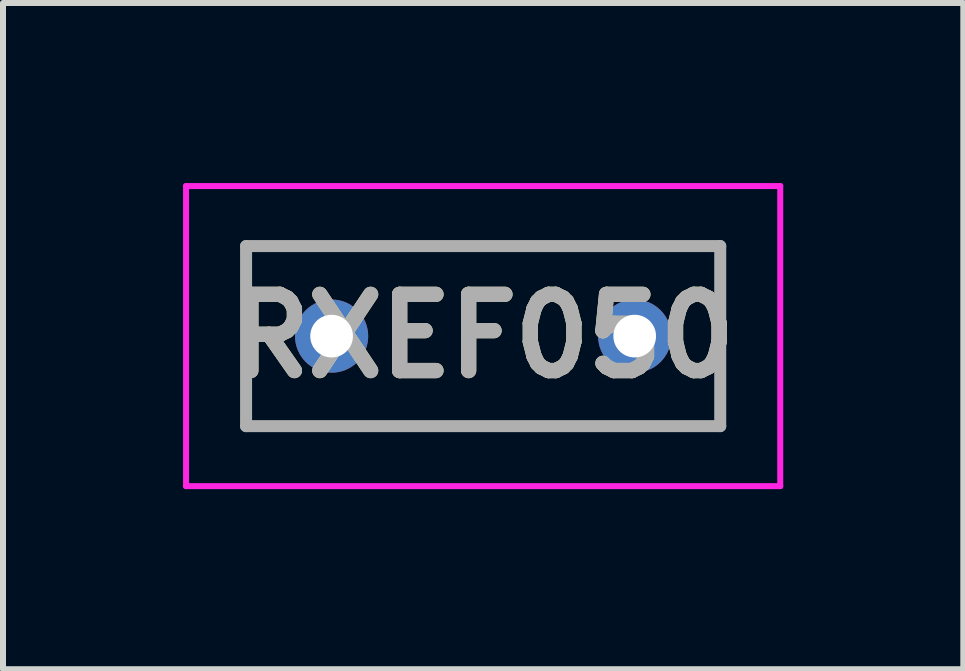
<source format=kicad_pcb>
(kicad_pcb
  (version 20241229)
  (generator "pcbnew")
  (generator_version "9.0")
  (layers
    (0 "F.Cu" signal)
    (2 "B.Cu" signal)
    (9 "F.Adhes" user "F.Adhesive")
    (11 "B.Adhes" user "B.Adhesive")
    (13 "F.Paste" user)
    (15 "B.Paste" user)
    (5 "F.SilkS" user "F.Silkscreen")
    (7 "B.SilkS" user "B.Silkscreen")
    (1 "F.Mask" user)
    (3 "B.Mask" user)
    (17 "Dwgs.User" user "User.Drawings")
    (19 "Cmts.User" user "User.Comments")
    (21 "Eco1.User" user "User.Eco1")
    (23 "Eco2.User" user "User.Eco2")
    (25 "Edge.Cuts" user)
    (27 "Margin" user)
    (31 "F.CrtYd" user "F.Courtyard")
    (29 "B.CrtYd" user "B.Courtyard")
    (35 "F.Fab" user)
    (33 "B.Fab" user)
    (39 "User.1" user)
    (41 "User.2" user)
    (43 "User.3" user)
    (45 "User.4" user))
  (footprint "RXEF050"
    (layer "F.Cu")
    (at 2.475 2.55)
    (property "Reference" "RXEF050" (at 2.525 0 0) (layer "F.SilkS") (effects (font (size 1.27 1.27) (thickness 0.254))))
    (attr through_hole)
    (fp_line (start -1.425 -1.5) (end 6.475 -1.5) (stroke (width 0.1) (type solid)) (layer "F.SilkS"))
    (fp_line (start -1.425 1.5) (end -1.425 -1.5) (stroke (width 0.1) (type solid)) (layer "F.SilkS"))
    (fp_line (start 6.475 -1.5) (end 6.475 1.5) (stroke (width 0.1) (type solid)) (layer "F.SilkS"))
    (fp_line (start 6.475 1.5) (end -1.425 1.5) (stroke (width 0.1) (type solid)) (layer "F.SilkS"))
    (fp_line (start -2.425 -2.5) (end 7.475 -2.5) (stroke (width 0.1) (type solid)) (layer "F.CrtYd"))
    (fp_line (start -2.425 2.5) (end -2.425 -2.5) (stroke (width 0.1) (type solid)) (layer "F.CrtYd"))
    (fp_line (start 7.475 -2.5) (end 7.475 2.5) (stroke (width 0.1) (type solid)) (layer "F.CrtYd"))
    (fp_line (start 7.475 2.5) (end -2.425 2.5) (stroke (width 0.1) (type solid)) (layer "F.CrtYd"))
    (fp_line (start -1.425 -1.5) (end 6.475 -1.5) (stroke (width 0.2) (type solid)) (layer "F.Fab"))
    (fp_line (start -1.425 1.5) (end -1.425 -1.5) (stroke (width 0.2) (type solid)) (layer "F.Fab"))
    (fp_line (start 6.475 -1.5) (end 6.475 1.5) (stroke (width 0.2) (type solid)) (layer "F.Fab"))
    (fp_line (start 6.475 1.5) (end -1.425 1.5) (stroke (width 0.2) (type solid)) (layer "F.Fab"))
    (fp_text user "${REFERENCE}" (at 2.525 0 0) (layer "F.Fab") (effects (font (size 1.27 1.27) (thickness 0.254))))
    (pad "1" thru_hole circle (at 0 0) (size 1.219 1.219) (drill 0.711) (layers "*.Cu" "*.Mask"))
    (pad "2" thru_hole circle (at 5.05 0) (size 1.219 1.219) (drill 0.711) (layers "*.Cu" "*.Mask")))
  (gr_rect
    (start -3 -3)
    (end 13 8.1)
    (stroke (width 0.1) (type default))
    (fill no)
    (layer "Edge.Cuts")))
</source>
